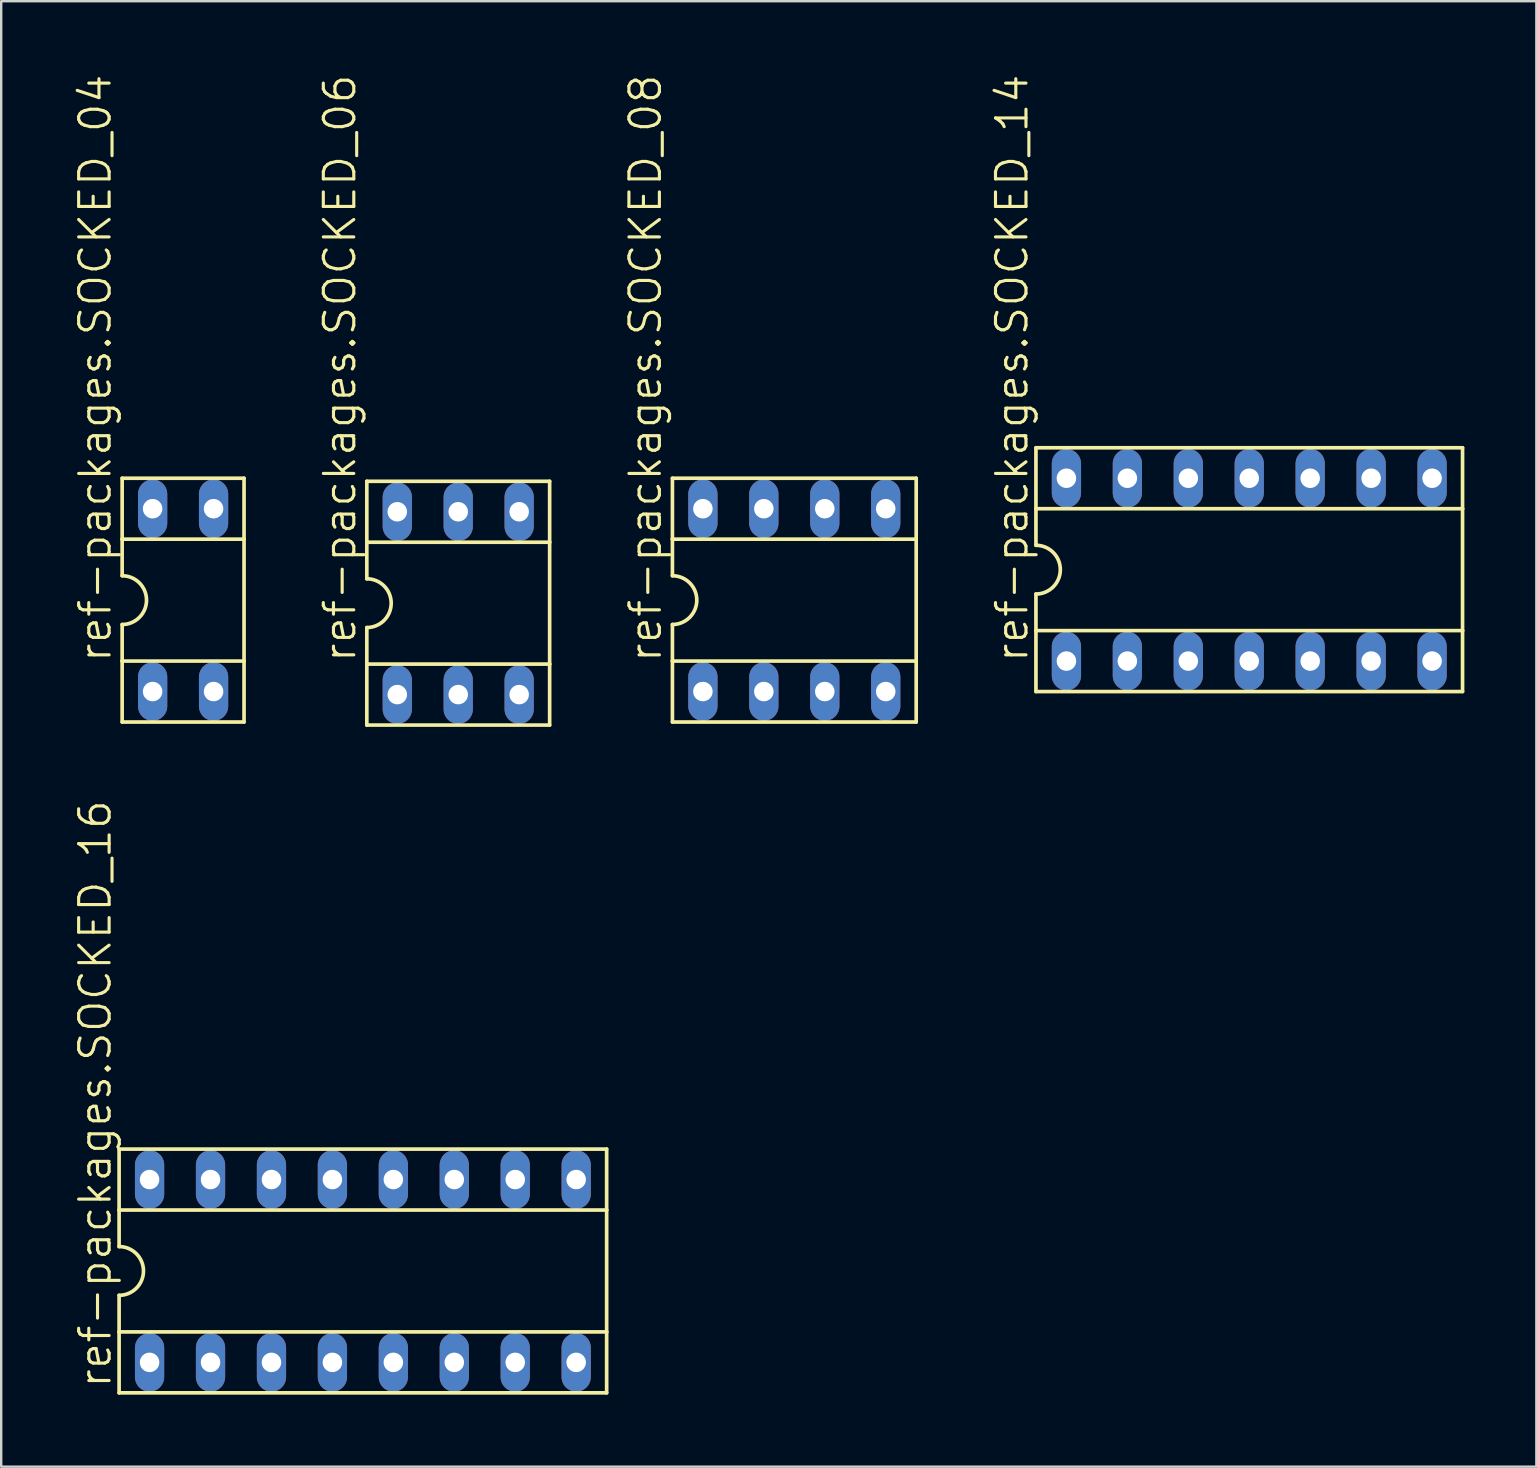
<source format=kicad_pcb>
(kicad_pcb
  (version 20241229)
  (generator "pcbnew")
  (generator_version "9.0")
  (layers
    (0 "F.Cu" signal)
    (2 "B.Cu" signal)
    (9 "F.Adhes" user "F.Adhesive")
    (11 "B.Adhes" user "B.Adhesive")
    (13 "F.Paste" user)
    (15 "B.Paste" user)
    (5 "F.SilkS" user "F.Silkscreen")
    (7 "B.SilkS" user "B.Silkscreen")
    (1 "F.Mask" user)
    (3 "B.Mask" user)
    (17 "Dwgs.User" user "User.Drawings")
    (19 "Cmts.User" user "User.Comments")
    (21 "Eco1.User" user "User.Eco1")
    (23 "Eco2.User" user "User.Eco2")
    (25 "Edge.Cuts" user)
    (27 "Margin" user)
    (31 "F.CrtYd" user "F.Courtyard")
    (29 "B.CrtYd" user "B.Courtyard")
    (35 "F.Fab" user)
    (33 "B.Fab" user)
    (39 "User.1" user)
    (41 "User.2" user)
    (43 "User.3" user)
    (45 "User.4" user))
  (footprint "ref-packages.SOCKED_08"
    (layer "F.Cu")
    (at 30.055 21.962)
    (property "Reference" "ref-packages.SOCKED_08" (at -5.461 2.667 90) (layer "F.SilkS") (effects (font (size 1.27 1.27) (thickness 0.13)) (justify left bottom)))
    (attr through_hole)
    (fp_line (start -5.08 -5.08) (end -5.08 -2.54) (stroke (width 0.152) (type default)) (layer "F.SilkS"))
    (fp_line (start -5.08 -2.54) (end -5.08 -1.016) (stroke (width 0.152) (type default)) (layer "F.SilkS"))
    (fp_line (start -5.08 -2.54) (end 5.08 -2.54) (stroke (width 0.152) (type default)) (layer "F.SilkS"))
    (fp_line (start -5.08 2.54) (end -5.08 1.016) (stroke (width 0.152) (type default)) (layer "F.SilkS"))
    (fp_line (start -5.08 2.54) (end 5.08 2.54) (stroke (width 0.152) (type default)) (layer "F.SilkS"))
    (fp_line (start -5.08 5.08) (end -5.08 2.54) (stroke (width 0.152) (type default)) (layer "F.SilkS"))
    (fp_line (start -5.08 5.08) (end 5.08 5.08) (stroke (width 0.152) (type default)) (layer "F.SilkS"))
    (fp_line (start 5.08 -5.08) (end -5.08 -5.08) (stroke (width 0.152) (type default)) (layer "F.SilkS"))
    (fp_line (start 5.08 -5.08) (end 5.08 -2.54) (stroke (width 0.152) (type default)) (layer "F.SilkS"))
    (fp_line (start 5.08 -2.54) (end 5.08 2.54) (stroke (width 0.152) (type default)) (layer "F.SilkS"))
    (fp_line (start 5.08 2.54) (end 5.08 5.08) (stroke (width 0.152) (type default)) (layer "F.SilkS"))
    (fp_arc (start -5.08 -1.016) (mid -4.064 0) (end -5.08 1.016) (stroke (width 0.1524) (type default)) (layer "F.SilkS"))
    (pad "1" thru_hole oval (at -3.81 3.81 90) (size 2.438 1.219) (drill 0.813) (layers "*.Cu" "*.Mask"))
    (pad "2" thru_hole oval (at -1.27 3.81 90) (size 2.438 1.219) (drill 0.813) (layers "*.Cu" "*.Mask"))
    (pad "3" thru_hole oval (at 1.27 3.81 90) (size 2.438 1.219) (drill 0.813) (layers "*.Cu" "*.Mask"))
    (pad "4" thru_hole oval (at 3.81 3.81 90) (size 2.438 1.219) (drill 0.813) (layers "*.Cu" "*.Mask"))
    (pad "5" thru_hole oval (at 3.81 -3.81 90) (size 2.438 1.219) (drill 0.813) (layers "*.Cu" "*.Mask"))
    (pad "6" thru_hole oval (at 1.27 -3.81 90) (size 2.438 1.219) (drill 0.813) (layers "*.Cu" "*.Mask"))
    (pad "7" thru_hole oval (at -1.27 -3.81 90) (size 2.438 1.219) (drill 0.813) (layers "*.Cu" "*.Mask"))
    (pad "8" thru_hole oval (at -3.81 -3.81 90) (size 2.438 1.219) (drill 0.813) (layers "*.Cu" "*.Mask")))
  (footprint "ref-packages.SOCKED_06"
    (layer "F.Cu")
    (at 16.048 22.089)
    (property "Reference" "ref-packages.SOCKED_06" (at -4.191 2.54 90) (layer "F.SilkS") (effects (font (size 1.27 1.27) (thickness 0.13)) (justify left bottom)))
    (attr through_hole)
    (fp_line (start -3.81 -5.08) (end -3.81 -2.54) (stroke (width 0.152) (type default)) (layer "F.SilkS"))
    (fp_line (start -3.81 -2.54) (end -3.81 -1.016) (stroke (width 0.152) (type default)) (layer "F.SilkS"))
    (fp_line (start -3.81 -2.54) (end 3.81 -2.54) (stroke (width 0.152) (type default)) (layer "F.SilkS"))
    (fp_line (start -3.81 2.54) (end -3.81 1.016) (stroke (width 0.152) (type default)) (layer "F.SilkS"))
    (fp_line (start -3.81 2.54) (end 3.81 2.54) (stroke (width 0.152) (type default)) (layer "F.SilkS"))
    (fp_line (start -3.81 5.08) (end -3.81 2.54) (stroke (width 0.152) (type default)) (layer "F.SilkS"))
    (fp_line (start -3.81 5.08) (end 3.81 5.08) (stroke (width 0.152) (type default)) (layer "F.SilkS"))
    (fp_line (start 3.81 -5.08) (end -3.81 -5.08) (stroke (width 0.152) (type default)) (layer "F.SilkS"))
    (fp_line (start 3.81 -5.08) (end 3.81 -2.54) (stroke (width 0.152) (type default)) (layer "F.SilkS"))
    (fp_line (start 3.81 -2.54) (end 3.81 2.54) (stroke (width 0.152) (type default)) (layer "F.SilkS"))
    (fp_line (start 3.81 2.54) (end 3.81 5.08) (stroke (width 0.152) (type default)) (layer "F.SilkS"))
    (fp_arc (start -3.81 -1.016) (mid -2.794 0) (end -3.81 1.016) (stroke (width 0.1524) (type default)) (layer "F.SilkS"))
    (pad "1" thru_hole oval (at -2.54 3.81 90) (size 2.438 1.219) (drill 0.813) (layers "*.Cu" "*.Mask"))
    (pad "2" thru_hole oval (at 0 3.81 90) (size 2.438 1.219) (drill 0.813) (layers "*.Cu" "*.Mask"))
    (pad "3" thru_hole oval (at 2.54 3.81 90) (size 2.438 1.219) (drill 0.813) (layers "*.Cu" "*.Mask"))
    (pad "4" thru_hole oval (at 2.54 -3.81 90) (size 2.438 1.219) (drill 0.813) (layers "*.Cu" "*.Mask"))
    (pad "5" thru_hole oval (at 0 -3.81 90) (size 2.438 1.219) (drill 0.813) (layers "*.Cu" "*.Mask"))
    (pad "6" thru_hole oval (at -2.54 -3.81 90) (size 2.438 1.219) (drill 0.813) (layers "*.Cu" "*.Mask")))
  (footprint "ref-packages.SOCKED_04"
    (layer "F.Cu")
    (at 4.581 21.962)
    (property "Reference" "ref-packages.SOCKED_04" (at -2.921 2.667 90) (layer "F.SilkS") (effects (font (size 1.27 1.27) (thickness 0.13)) (justify left bottom)))
    (attr through_hole)
    (fp_line (start -2.54 -5.08) (end -2.54 -2.54) (stroke (width 0.152) (type default)) (layer "F.SilkS"))
    (fp_line (start -2.54 -2.54) (end -2.54 -1.016) (stroke (width 0.152) (type default)) (layer "F.SilkS"))
    (fp_line (start -2.54 -2.54) (end 2.54 -2.54) (stroke (width 0.152) (type default)) (layer "F.SilkS"))
    (fp_line (start -2.54 2.54) (end -2.54 1.016) (stroke (width 0.152) (type default)) (layer "F.SilkS"))
    (fp_line (start -2.54 2.54) (end 2.54 2.54) (stroke (width 0.152) (type default)) (layer "F.SilkS"))
    (fp_line (start -2.54 5.08) (end -2.54 2.54) (stroke (width 0.152) (type default)) (layer "F.SilkS"))
    (fp_line (start -2.54 5.08) (end 2.54 5.08) (stroke (width 0.152) (type default)) (layer "F.SilkS"))
    (fp_line (start 2.54 -5.08) (end -2.54 -5.08) (stroke (width 0.152) (type default)) (layer "F.SilkS"))
    (fp_line (start 2.54 -5.08) (end 2.54 -2.54) (stroke (width 0.152) (type default)) (layer "F.SilkS"))
    (fp_line (start 2.54 -2.54) (end 2.54 2.54) (stroke (width 0.152) (type default)) (layer "F.SilkS"))
    (fp_line (start 2.54 2.54) (end 2.54 5.08) (stroke (width 0.152) (type default)) (layer "F.SilkS"))
    (fp_arc (start -2.54 -1.016) (mid -1.524 0) (end -2.54 1.016) (stroke (width 0.1524) (type default)) (layer "F.SilkS"))
    (pad "1" thru_hole oval (at -1.27 3.81 90) (size 2.438 1.219) (drill 0.813) (layers "*.Cu" "*.Mask"))
    (pad "2" thru_hole oval (at 1.27 3.81 90) (size 2.438 1.219) (drill 0.813) (layers "*.Cu" "*.Mask"))
    (pad "3" thru_hole oval (at 1.27 -3.81 90) (size 2.438 1.219) (drill 0.813) (layers "*.Cu" "*.Mask"))
    (pad "4" thru_hole oval (at -1.27 -3.81 90) (size 2.438 1.219) (drill 0.813) (layers "*.Cu" "*.Mask")))
  (footprint "ref-packages.SOCKED_16"
    (layer "F.Cu")
    (at 12.074 49.921)
    (property "Reference" "ref-packages.SOCKED_16" (at -10.414 4.953 90) (layer "F.SilkS") (effects (font (size 1.27 1.27) (thickness 0.13)) (justify left bottom)))
    (attr through_hole)
    (fp_line (start -10.16 -5.08) (end -10.16 -2.54) (stroke (width 0.152) (type default)) (layer "F.SilkS"))
    (fp_line (start -10.16 -2.54) (end -10.16 -1.016) (stroke (width 0.152) (type default)) (layer "F.SilkS"))
    (fp_line (start -10.16 -2.54) (end 10.16 -2.54) (stroke (width 0.152) (type default)) (layer "F.SilkS"))
    (fp_line (start -10.16 2.54) (end -10.16 1.016) (stroke (width 0.152) (type default)) (layer "F.SilkS"))
    (fp_line (start -10.16 2.54) (end 10.16 2.54) (stroke (width 0.152) (type default)) (layer "F.SilkS"))
    (fp_line (start -10.16 5.08) (end -10.16 2.54) (stroke (width 0.152) (type default)) (layer "F.SilkS"))
    (fp_line (start -10.16 5.08) (end 10.16 5.08) (stroke (width 0.152) (type default)) (layer "F.SilkS"))
    (fp_line (start 10.16 -5.08) (end -10.16 -5.08) (stroke (width 0.152) (type default)) (layer "F.SilkS"))
    (fp_line (start 10.16 -5.08) (end 10.16 -2.54) (stroke (width 0.152) (type default)) (layer "F.SilkS"))
    (fp_line (start 10.16 -2.54) (end 10.16 2.54) (stroke (width 0.152) (type default)) (layer "F.SilkS"))
    (fp_line (start 10.16 2.54) (end 10.16 5.08) (stroke (width 0.152) (type default)) (layer "F.SilkS"))
    (fp_arc (start -10.16 -1.016) (mid -9.144 0) (end -10.16 1.016) (stroke (width 0.1524) (type default)) (layer "F.SilkS"))
    (pad "1" thru_hole oval (at -8.89 3.81 90) (size 2.438 1.219) (drill 0.813) (layers "*.Cu" "*.Mask"))
    (pad "2" thru_hole oval (at -6.35 3.81 90) (size 2.438 1.219) (drill 0.813) (layers "*.Cu" "*.Mask"))
    (pad "3" thru_hole oval (at -3.81 3.81 90) (size 2.438 1.219) (drill 0.813) (layers "*.Cu" "*.Mask"))
    (pad "4" thru_hole oval (at -1.27 3.81 90) (size 2.438 1.219) (drill 0.813) (layers "*.Cu" "*.Mask"))
    (pad "5" thru_hole oval (at 1.27 3.81 90) (size 2.438 1.219) (drill 0.813) (layers "*.Cu" "*.Mask"))
    (pad "6" thru_hole oval (at 3.81 3.81 90) (size 2.438 1.219) (drill 0.813) (layers "*.Cu" "*.Mask"))
    (pad "7" thru_hole oval (at 6.35 3.81 90) (size 2.438 1.219) (drill 0.813) (layers "*.Cu" "*.Mask"))
    (pad "8" thru_hole oval (at 8.89 3.81 90) (size 2.438 1.219) (drill 0.813) (layers "*.Cu" "*.Mask"))
    (pad "9" thru_hole oval (at 8.89 -3.81 90) (size 2.438 1.219) (drill 0.813) (layers "*.Cu" "*.Mask"))
    (pad "10" thru_hole oval (at 6.35 -3.81 90) (size 2.438 1.219) (drill 0.813) (layers "*.Cu" "*.Mask"))
    (pad "11" thru_hole oval (at 3.81 -3.81 90) (size 2.438 1.219) (drill 0.813) (layers "*.Cu" "*.Mask"))
    (pad "12" thru_hole oval (at 1.27 -3.81 90) (size 2.438 1.219) (drill 0.813) (layers "*.Cu" "*.Mask"))
    (pad "13" thru_hole oval (at -1.27 -3.81 90) (size 2.438 1.219) (drill 0.813) (layers "*.Cu" "*.Mask"))
    (pad "14" thru_hole oval (at -3.81 -3.81 90) (size 2.438 1.219) (drill 0.813) (layers "*.Cu" "*.Mask"))
    (pad "15" thru_hole oval (at -6.35 -3.81 90) (size 2.438 1.219) (drill 0.813) (layers "*.Cu" "*.Mask"))
    (pad "16" thru_hole oval (at -8.89 -3.81 90) (size 2.438 1.219) (drill 0.813) (layers "*.Cu" "*.Mask")))
  (footprint "ref-packages.SOCKED_14"
    (layer "F.Cu")
    (at 49.016 20.692)
    (property "Reference" "ref-packages.SOCKED_14" (at -9.144 3.937 90) (layer "F.SilkS") (effects (font (size 1.27 1.27) (thickness 0.13)) (justify left bottom)))
    (attr through_hole)
    (fp_line (start -8.89 -5.08) (end -8.89 -2.54) (stroke (width 0.152) (type default)) (layer "F.SilkS"))
    (fp_line (start -8.89 -2.54) (end -8.89 -1.016) (stroke (width 0.152) (type default)) (layer "F.SilkS"))
    (fp_line (start -8.89 -2.54) (end 8.89 -2.54) (stroke (width 0.152) (type default)) (layer "F.SilkS"))
    (fp_line (start -8.89 2.54) (end -8.89 1.016) (stroke (width 0.152) (type default)) (layer "F.SilkS"))
    (fp_line (start -8.89 2.54) (end 8.89 2.54) (stroke (width 0.152) (type default)) (layer "F.SilkS"))
    (fp_line (start -8.89 5.08) (end -8.89 2.54) (stroke (width 0.152) (type default)) (layer "F.SilkS"))
    (fp_line (start -8.89 5.08) (end 8.89 5.08) (stroke (width 0.152) (type default)) (layer "F.SilkS"))
    (fp_line (start 8.89 -5.08) (end -8.89 -5.08) (stroke (width 0.152) (type default)) (layer "F.SilkS"))
    (fp_line (start 8.89 -5.08) (end 8.89 -2.54) (stroke (width 0.152) (type default)) (layer "F.SilkS"))
    (fp_line (start 8.89 -2.54) (end 8.89 2.54) (stroke (width 0.152) (type default)) (layer "F.SilkS"))
    (fp_line (start 8.89 2.54) (end 8.89 5.08) (stroke (width 0.152) (type default)) (layer "F.SilkS"))
    (fp_arc (start -8.89 -1.016) (mid -7.874 0) (end -8.89 1.016) (stroke (width 0.1524) (type default)) (layer "F.SilkS"))
    (pad "1" thru_hole oval (at -7.62 3.81 90) (size 2.438 1.219) (drill 0.813) (layers "*.Cu" "*.Mask"))
    (pad "2" thru_hole oval (at -5.08 3.81 90) (size 2.438 1.219) (drill 0.813) (layers "*.Cu" "*.Mask"))
    (pad "3" thru_hole oval (at -2.54 3.81 90) (size 2.438 1.219) (drill 0.813) (layers "*.Cu" "*.Mask"))
    (pad "4" thru_hole oval (at 0 3.81 90) (size 2.438 1.219) (drill 0.813) (layers "*.Cu" "*.Mask"))
    (pad "5" thru_hole oval (at 2.54 3.81 90) (size 2.438 1.219) (drill 0.813) (layers "*.Cu" "*.Mask"))
    (pad "6" thru_hole oval (at 5.08 3.81 90) (size 2.438 1.219) (drill 0.813) (layers "*.Cu" "*.Mask"))
    (pad "7" thru_hole oval (at 7.62 3.81 90) (size 2.438 1.219) (drill 0.813) (layers "*.Cu" "*.Mask"))
    (pad "8" thru_hole oval (at 7.62 -3.81 90) (size 2.438 1.219) (drill 0.813) (layers "*.Cu" "*.Mask"))
    (pad "9" thru_hole oval (at 5.08 -3.81 90) (size 2.438 1.219) (drill 0.813) (layers "*.Cu" "*.Mask"))
    (pad "10" thru_hole oval (at 2.54 -3.81 90) (size 2.438 1.219) (drill 0.813) (layers "*.Cu" "*.Mask"))
    (pad "11" thru_hole oval (at 0 -3.81 90) (size 2.438 1.219) (drill 0.813) (layers "*.Cu" "*.Mask"))
    (pad "12" thru_hole oval (at -2.54 -3.81 90) (size 2.438 1.219) (drill 0.813) (layers "*.Cu" "*.Mask"))
    (pad "13" thru_hole oval (at -5.08 -3.81 90) (size 2.438 1.219) (drill 0.813) (layers "*.Cu" "*.Mask"))
    (pad "14" thru_hole oval (at -7.62 -3.81 90) (size 2.438 1.219) (drill 0.813) (layers "*.Cu" "*.Mask")))
  (gr_rect
    (start -3 -3)
    (end 60.982 58.077)
    (stroke (width 0.1) (type default))
    (fill no)
    (layer "Edge.Cuts")))
</source>
